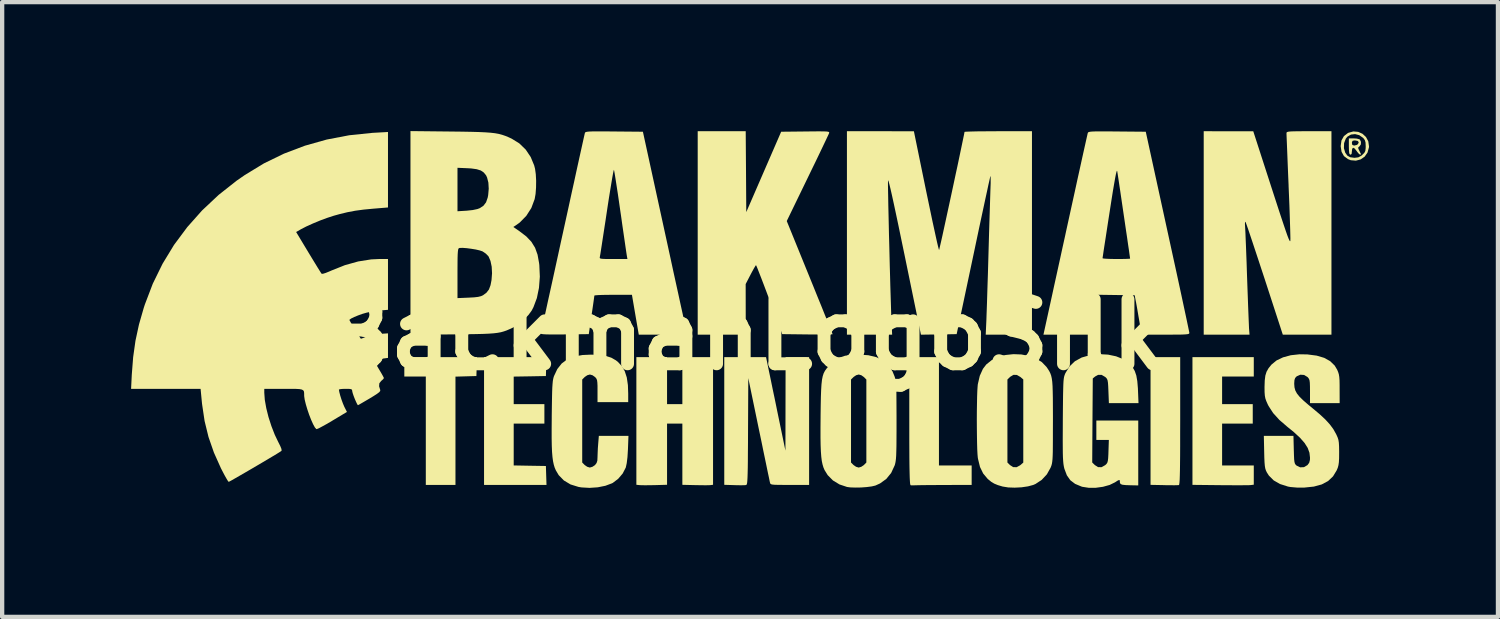
<source format=kicad_pcb>
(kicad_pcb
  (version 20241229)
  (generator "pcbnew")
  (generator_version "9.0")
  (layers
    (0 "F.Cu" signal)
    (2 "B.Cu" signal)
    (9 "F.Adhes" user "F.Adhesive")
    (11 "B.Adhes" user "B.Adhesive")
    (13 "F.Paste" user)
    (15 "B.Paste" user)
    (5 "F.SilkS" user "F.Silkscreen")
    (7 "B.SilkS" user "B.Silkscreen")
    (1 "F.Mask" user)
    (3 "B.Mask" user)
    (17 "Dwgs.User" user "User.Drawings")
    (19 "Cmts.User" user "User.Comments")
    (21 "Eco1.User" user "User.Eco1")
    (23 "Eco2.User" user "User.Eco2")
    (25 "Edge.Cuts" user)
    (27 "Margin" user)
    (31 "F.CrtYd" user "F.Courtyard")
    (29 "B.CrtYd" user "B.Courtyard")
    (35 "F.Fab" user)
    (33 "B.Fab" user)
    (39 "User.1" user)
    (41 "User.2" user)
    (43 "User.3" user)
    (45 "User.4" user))
  (footprint "BackmanLogoSilk"
    (layer "F.Cu")
    (at 14.396 4.094)
    (property "Reference" "BackmanLogoSilk" (at -0.095 0.642 0) (layer "F.SilkS") (effects (font (size 1.5 1.5) (thickness 0.3))))
    (attr board_only exclude_from_pos_files exclude_from_bom)
    (fp_poly (pts (xy -6.355 1.385) (xy -6.362 1.605) (xy -6.606 1.612) (xy -6.849 1.619) (xy -6.849 2.879) (xy -6.849 4.138) (xy -7.194 4.138) (xy -7.539 4.138) (xy -7.539 2.878) (xy -7.539 1.617) (xy -7.789 1.617) (xy -8.039 1.617) (xy -8.039 1.391) (xy -8.039 1.165) (xy -7.193 1.165) (xy -6.348 1.165)) (stroke (width 0) (type solid)) (fill yes) (layer "F.SilkS"))
    (fp_poly (pts (xy 10.013 2.649) (xy 10.012 2.964) (xy 10.012 3.235) (xy 10.011 3.464) (xy 10.009 3.654) (xy 10.007 3.808) (xy 10.004 3.928) (xy 10.001 4.019) (xy 9.996 4.083) (xy 9.991 4.122) (xy 9.985 4.14) (xy 9.983 4.142) (xy 9.949 4.144) (xy 9.877 4.146) (xy 9.778 4.145) (xy 9.661 4.144) (xy 9.638 4.143) (xy 9.323 4.137) (xy 9.323 2.651) (xy 9.323 1.165) (xy 9.668 1.165) (xy 10.013 1.165)) (stroke (width 0) (type solid)) (fill yes) (layer "F.SilkS"))
    (fp_poly (pts (xy -4.738 1.385) (xy -4.745 1.605) (xy -5.119 1.612) (xy -5.494 1.618) (xy -5.494 1.939) (xy -5.494 2.259) (xy -5.137 2.259) (xy -4.78 2.259) (xy -4.78 2.485) (xy -4.78 2.711) (xy -5.137 2.711) (xy -5.494 2.711) (xy -5.494 3.198) (xy -5.494 3.685) (xy -5.119 3.692) (xy -4.745 3.698) (xy -4.738 3.918) (xy -4.731 4.138) (xy -5.457 4.138) (xy -6.184 4.138) (xy -6.184 2.652) (xy -6.184 1.165) (xy -5.457 1.165) (xy -4.731 1.165)) (stroke (width 0) (type solid)) (fill yes) (layer "F.SilkS"))
    (fp_poly (pts (xy 4.4 2.426) (xy 4.4 3.686) (xy 4.78 3.686) (xy 5.161 3.686) (xy 5.161 3.912) (xy 5.161 4.138) (xy 4.501 4.14) (xy 4.327 4.141) (xy 4.168 4.142) (xy 4.03 4.143) (xy 3.919 4.145) (xy 3.842 4.147) (xy 3.806 4.148) (xy 3.805 4.148) (xy 3.753 4.148) (xy 3.74 4.145) (xy 3.734 4.133) (xy 3.728 4.101) (xy 3.724 4.045) (xy 3.72 3.964) (xy 3.717 3.853) (xy 3.714 3.71) (xy 3.712 3.532) (xy 3.711 3.316) (xy 3.71 3.059) (xy 3.71 2.758) (xy 3.71 2.65) (xy 3.71 1.165) (xy 4.055 1.165) (xy 4.4 1.165)) (stroke (width 0) (type solid)) (fill yes) (layer "F.SilkS"))
    (fp_poly (pts (xy 11.725 1.391) (xy 11.725 1.617) (xy 11.356 1.617) (xy 10.988 1.617) (xy 10.988 1.938) (xy 10.988 2.259) (xy 11.344 2.259) (xy 11.701 2.259) (xy 11.701 2.485) (xy 11.701 2.711) (xy 11.344 2.711) (xy 10.988 2.711) (xy 10.988 3.199) (xy 10.988 3.686) (xy 11.356 3.686) (xy 11.725 3.686) (xy 11.725 3.91) (xy 11.725 4.133) (xy 11.66 4.141) (xy 11.619 4.144) (xy 11.538 4.145) (xy 11.423 4.146) (xy 11.281 4.146) (xy 11.12 4.145) (xy 10.946 4.144) (xy 10.298 4.137) (xy 10.298 2.651) (xy 10.298 1.165) (xy 11.011 1.165) (xy 11.725 1.165)) (stroke (width 0) (type solid)) (fill yes) (layer "F.SilkS"))
    (fp_poly (pts (xy -1.926 1.712) (xy -1.926 2.259) (xy -1.748 2.259) (xy -1.57 2.259) (xy -1.57 1.712) (xy -1.57 1.165) (xy -1.213 1.165) (xy -0.856 1.165) (xy -0.856 2.65) (xy -0.856 4.135) (xy -0.91 4.142) (xy -0.953 4.145) (xy -1.033 4.146) (xy -1.139 4.145) (xy -1.258 4.143) (xy -1.266 4.143) (xy -1.57 4.136) (xy -1.57 3.423) (xy -1.57 2.711) (xy -1.748 2.711) (xy -1.926 2.711) (xy -1.926 3.423) (xy -1.926 4.135) (xy -2.206 4.143) (xy -2.325 4.145) (xy -2.433 4.146) (xy -2.518 4.145) (xy -2.563 4.143) (xy -2.64 4.135) (xy -2.64 2.65) (xy -2.64 1.165) (xy -2.283 1.165) (xy -1.926 1.165)) (stroke (width 0) (type solid)) (fill yes) (layer "F.SilkS"))
    (fp_poly (pts (xy 14.124 -3.919) (xy 14.179 -3.904) (xy 14.194 -3.896) (xy 14.219 -3.844) (xy 14.216 -3.784) (xy 14.185 -3.74) (xy 14.182 -3.737) (xy 14.156 -3.716) (xy 14.157 -3.686) (xy 14.175 -3.647) (xy 14.201 -3.594) (xy 14.217 -3.562) (xy 14.217 -3.561) (xy 14.208 -3.545) (xy 14.201 -3.544) (xy 14.173 -3.562) (xy 14.134 -3.608) (xy 14.121 -3.627) (xy 14.072 -3.689) (xy 14.036 -3.707) (xy 14.014 -3.681) (xy 14.008 -3.627) (xy 14.001 -3.564) (xy 13.979 -3.544) (xy 13.953 -3.559) (xy 13.945 -3.589) (xy 13.939 -3.654) (xy 13.937 -3.739) (xy 13.937 -3.75) (xy 13.937 -3.817) (xy 14.008 -3.817) (xy 14.018 -3.772) (xy 14.057 -3.758) (xy 14.065 -3.758) (xy 14.121 -3.771) (xy 14.15 -3.792) (xy 14.167 -3.836) (xy 14.143 -3.865) (xy 14.079 -3.877) (xy 14.078 -3.877) (xy 14.028 -3.87) (xy 14.01 -3.842) (xy 14.008 -3.817) (xy 13.937 -3.817) (xy 13.937 -3.924) (xy 14.051 -3.924)) (stroke (width 0) (type solid)) (fill yes) (layer "F.SilkS"))
    (fp_poly (pts (xy 14.154 -4.076) (xy 14.255 -4.031) (xy 14.336 -3.956) (xy 14.389 -3.856) (xy 14.406 -3.738) (xy 14.404 -3.713) (xy 14.371 -3.594) (xy 14.304 -3.499) (xy 14.211 -3.435) (xy 14.101 -3.406) (xy 13.983 -3.416) (xy 13.916 -3.442) (xy 13.823 -3.512) (xy 13.767 -3.613) (xy 13.754 -3.696) (xy 13.822 -3.696) (xy 13.853 -3.591) (xy 13.902 -3.523) (xy 13.966 -3.486) (xy 14.06 -3.473) (xy 14.073 -3.473) (xy 14.157 -3.483) (xy 14.226 -3.52) (xy 14.251 -3.542) (xy 14.297 -3.588) (xy 14.32 -3.632) (xy 14.328 -3.695) (xy 14.329 -3.743) (xy 14.325 -3.828) (xy 14.309 -3.884) (xy 14.275 -3.93) (xy 14.269 -3.936) (xy 14.179 -3.999) (xy 14.081 -4.024) (xy 13.986 -4.013) (xy 13.904 -3.965) (xy 13.865 -3.917) (xy 13.826 -3.813) (xy 13.822 -3.696) (xy 13.754 -3.696) (xy 13.747 -3.742) (xy 13.747 -3.746) (xy 13.765 -3.876) (xy 13.822 -3.977) (xy 13.915 -4.049) (xy 13.925 -4.054) (xy 14.042 -4.086)) (stroke (width 0) (type solid)) (fill yes) (layer "F.SilkS"))
    (fp_poly (pts (xy 0.406 1.302) (xy 0.417 1.355) (xy 0.436 1.449) (xy 0.463 1.578) (xy 0.496 1.736) (xy 0.533 1.917) (xy 0.575 2.115) (xy 0.618 2.325) (xy 0.631 2.39) (xy 0.828 3.341) (xy 0.83 2.253) (xy 0.832 1.165) (xy 1.106 1.165) (xy 1.379 1.165) (xy 1.379 2.652) (xy 1.379 4.138) (xy 0.93 4.138) (xy 0.774 4.138) (xy 0.658 4.137) (xy 0.578 4.135) (xy 0.525 4.13) (xy 0.494 4.122) (xy 0.478 4.11) (xy 0.471 4.094) (xy 0.469 4.085) (xy 0.461 4.051) (xy 0.446 3.976) (xy 0.422 3.864) (xy 0.392 3.719) (xy 0.356 3.545) (xy 0.315 3.349) (xy 0.271 3.133) (xy 0.223 2.904) (xy 0.21 2.842) (xy -0.036 1.653) (xy -0.042 2.893) (xy -0.043 3.168) (xy -0.045 3.399) (xy -0.046 3.591) (xy -0.048 3.746) (xy -0.051 3.869) (xy -0.054 3.963) (xy -0.058 4.033) (xy -0.062 4.081) (xy -0.068 4.113) (xy -0.075 4.131) (xy -0.083 4.139) (xy -0.089 4.141) (xy -0.13 4.145) (xy -0.206 4.146) (xy -0.304 4.145) (xy -0.363 4.143) (xy -0.595 4.136) (xy -0.595 2.651) (xy -0.595 1.165) (xy -0.109 1.165) (xy 0.377 1.165)) (stroke (width 0) (type solid)) (fill yes) (layer "F.SilkS"))
    (fp_poly (pts (xy -0.089 -3.15) (xy -0.083 -2.209) (xy 0.323 -3.144) (xy 0.729 -4.079) (xy 1.294 -4.085) (xy 1.471 -4.087) (xy 1.607 -4.088) (xy 1.707 -4.087) (xy 1.775 -4.085) (xy 1.817 -4.08) (xy 1.839 -4.073) (xy 1.847 -4.062) (xy 1.845 -4.049) (xy 1.844 -4.046) (xy 1.831 -4.016) (xy 1.799 -3.948) (xy 1.751 -3.846) (xy 1.688 -3.714) (xy 1.613 -3.557) (xy 1.528 -3.38) (xy 1.434 -3.187) (xy 1.344 -3.001) (xy 0.859 -2.001) (xy 1.393 -0.689) (xy 1.489 -0.453) (xy 1.579 -0.23) (xy 1.663 -0.025) (xy 1.737 0.16) (xy 1.802 0.32) (xy 1.855 0.451) (xy 1.894 0.549) (xy 1.918 0.611) (xy 1.926 0.632) (xy 1.904 0.635) (xy 1.84 0.637) (xy 1.741 0.638) (xy 1.614 0.638) (xy 1.465 0.638) (xy 1.34 0.637) (xy 0.754 0.63) (xy 0.455 -0.172) (xy 0.386 -0.357) (xy 0.322 -0.526) (xy 0.265 -0.675) (xy 0.216 -0.8) (xy 0.179 -0.895) (xy 0.154 -0.955) (xy 0.143 -0.975) (xy 0.128 -0.955) (xy 0.096 -0.901) (xy 0.053 -0.823) (xy 0.017 -0.755) (xy -0.097 -0.535) (xy -0.096 0.054) (xy -0.095 0.642) (xy -0.654 0.642) (xy -1.213 0.642) (xy -1.213 -1.724) (xy -1.213 -4.091) (xy -0.654 -4.091) (xy -0.096 -4.091)) (stroke (width 0) (type solid)) (fill yes) (layer "F.SilkS"))
    (fp_poly (pts (xy 13.532 -1.724) (xy 13.532 0.642) (xy 12.966 0.642) (xy 12.4 0.642) (xy 11.976 -0.66) (xy 11.897 -0.899) (xy 11.823 -1.124) (xy 11.754 -1.332) (xy 11.692 -1.519) (xy 11.638 -1.68) (xy 11.594 -1.811) (xy 11.56 -1.908) (xy 11.538 -1.967) (xy 11.531 -1.985) (xy 11.522 -1.976) (xy 11.519 -1.93) (xy 11.523 -1.866) (xy 11.526 -1.812) (xy 11.531 -1.717) (xy 11.536 -1.586) (xy 11.543 -1.424) (xy 11.55 -1.236) (xy 11.558 -1.03) (xy 11.565 -0.81) (xy 11.57 -0.666) (xy 11.578 -0.441) (xy 11.586 -0.227) (xy 11.593 -0.029) (xy 11.6 0.147) (xy 11.606 0.296) (xy 11.611 0.412) (xy 11.614 0.49) (xy 11.616 0.517) (xy 11.626 0.642) (xy 11.093 0.642) (xy 10.56 0.642) (xy 10.56 -1.724) (xy 10.56 -4.091) (xy 11.136 -4.09) (xy 11.713 -4.09) (xy 12.141 -2.768) (xy 12.232 -2.488) (xy 12.309 -2.251) (xy 12.374 -2.054) (xy 12.428 -1.893) (xy 12.471 -1.766) (xy 12.505 -1.669) (xy 12.531 -1.601) (xy 12.551 -1.557) (xy 12.564 -1.535) (xy 12.572 -1.532) (xy 12.576 -1.546) (xy 12.576 -1.553) (xy 12.577 -1.597) (xy 12.575 -1.685) (xy 12.572 -1.809) (xy 12.567 -1.966) (xy 12.561 -2.15) (xy 12.554 -2.356) (xy 12.545 -2.578) (xy 12.535 -2.813) (xy 12.535 -2.83) (xy 12.525 -3.063) (xy 12.516 -3.282) (xy 12.508 -3.483) (xy 12.501 -3.66) (xy 12.495 -3.81) (xy 12.49 -3.927) (xy 12.487 -4.007) (xy 12.486 -4.044) (xy 12.486 -4.046) (xy 12.488 -4.06) (xy 12.499 -4.071) (xy 12.524 -4.079) (xy 12.569 -4.085) (xy 12.64 -4.088) (xy 12.743 -4.09) (xy 12.884 -4.091) (xy 13.009 -4.091) (xy 13.532 -4.091)) (stroke (width 0) (type solid)) (fill yes) (layer "F.SilkS"))
    (fp_poly (pts (xy 6.317 1.103) (xy 6.494 1.137) (xy 6.656 1.196) (xy 6.794 1.281) (xy 6.9 1.391) (xy 6.905 1.397) (xy 6.94 1.449) (xy 6.969 1.496) (xy 6.992 1.543) (xy 7.011 1.596) (xy 7.025 1.659) (xy 7.036 1.738) (xy 7.043 1.837) (xy 7.047 1.961) (xy 7.05 2.116) (xy 7.051 2.306) (xy 7.052 2.537) (xy 7.052 2.652) (xy 7.051 2.89) (xy 7.051 3.085) (xy 7.05 3.242) (xy 7.049 3.367) (xy 7.046 3.465) (xy 7.042 3.539) (xy 7.036 3.596) (xy 7.029 3.641) (xy 7.02 3.677) (xy 7.008 3.711) (xy 6.996 3.74) (xy 6.911 3.892) (xy 6.791 4.021) (xy 6.647 4.116) (xy 6.594 4.139) (xy 6.471 4.172) (xy 6.321 4.194) (xy 6.162 4.202) (xy 6.012 4.197) (xy 5.889 4.177) (xy 5.886 4.177) (xy 5.771 4.143) (xy 5.686 4.108) (xy 5.615 4.065) (xy 5.543 4.006) (xy 5.532 3.996) (xy 5.429 3.873) (xy 5.355 3.721) (xy 5.309 3.533) (xy 5.304 3.504) (xy 5.297 3.427) (xy 5.291 3.311) (xy 5.287 3.163) (xy 5.284 2.992) (xy 5.282 2.807) (xy 5.281 2.615) (xy 5.282 2.424) (xy 5.285 2.244) (xy 5.288 2.081) (xy 5.293 1.944) (xy 5.3 1.841) (xy 5.304 1.798) (xy 5.33 1.686) (xy 5.993 1.686) (xy 5.993 2.652) (xy 5.993 3.617) (xy 6.052 3.676) (xy 6.127 3.724) (xy 6.207 3.726) (xy 6.29 3.681) (xy 6.295 3.676) (xy 6.362 3.619) (xy 6.362 2.652) (xy 6.362 1.684) (xy 6.295 1.627) (xy 6.212 1.579) (xy 6.132 1.578) (xy 6.056 1.624) (xy 6.052 1.628) (xy 5.993 1.686) (xy 5.33 1.686) (xy 5.35 1.6) (xy 5.423 1.438) (xy 5.501 1.336) (xy 5.627 1.235) (xy 5.78 1.161) (xy 5.952 1.115) (xy 6.134 1.096)) (stroke (width 0) (type solid)) (fill yes) (layer "F.SilkS"))
    (fp_poly (pts (xy -3.506 1.114) (xy -3.351 1.137) (xy -3.224 1.178) (xy -3.117 1.239) (xy -3.072 1.274) (xy -2.979 1.373) (xy -2.91 1.493) (xy -2.863 1.638) (xy -2.837 1.816) (xy -2.83 2.014) (xy -2.83 2.212) (xy -3.187 2.212) (xy -3.544 2.212) (xy -3.544 1.949) (xy -3.544 1.833) (xy -3.548 1.754) (xy -3.555 1.702) (xy -3.569 1.667) (xy -3.591 1.639) (xy -3.602 1.628) (xy -3.66 1.587) (xy -3.72 1.57) (xy -3.722 1.57) (xy -3.781 1.586) (xy -3.84 1.626) (xy -3.842 1.628) (xy -3.9 1.686) (xy -3.9 2.652) (xy -3.9 3.617) (xy -3.842 3.676) (xy -3.784 3.716) (xy -3.724 3.734) (xy -3.722 3.734) (xy -3.663 3.717) (xy -3.604 3.678) (xy -3.602 3.676) (xy -3.566 3.629) (xy -3.548 3.573) (xy -3.544 3.489) (xy -3.541 3.398) (xy -3.536 3.285) (xy -3.528 3.179) (xy -3.513 2.997) (xy -3.168 2.997) (xy -2.824 2.997) (xy -2.836 3.312) (xy -2.847 3.491) (xy -2.864 3.631) (xy -2.885 3.728) (xy -2.888 3.737) (xy -2.959 3.874) (xy -3.063 3.996) (xy -3.187 4.09) (xy -3.208 4.101) (xy -3.36 4.158) (xy -3.539 4.194) (xy -3.731 4.207) (xy -3.92 4.196) (xy -3.989 4.184) (xy -4.172 4.127) (xy -4.326 4.035) (xy -4.447 3.911) (xy -4.514 3.798) (xy -4.541 3.735) (xy -4.562 3.665) (xy -4.579 3.585) (xy -4.592 3.488) (xy -4.602 3.37) (xy -4.608 3.226) (xy -4.611 3.05) (xy -4.611 2.838) (xy -4.609 2.584) (xy -4.609 2.538) (xy -4.606 2.315) (xy -4.603 2.134) (xy -4.6 1.989) (xy -4.596 1.876) (xy -4.59 1.789) (xy -4.584 1.723) (xy -4.575 1.672) (xy -4.565 1.631) (xy -4.556 1.605) (xy -4.479 1.442) (xy -4.377 1.313) (xy -4.248 1.217) (xy -4.088 1.151) (xy -3.894 1.116) (xy -3.698 1.107)) (stroke (width 0) (type solid)) (fill yes) (layer "F.SilkS"))
    (fp_poly (pts (xy 2.757 1.121) (xy 2.945 1.166) (xy 3.1 1.242) (xy 3.224 1.352) (xy 3.319 1.496) (xy 3.369 1.618) (xy 3.38 1.655) (xy 3.39 1.697) (xy 3.397 1.748) (xy 3.403 1.813) (xy 3.407 1.897) (xy 3.41 2.006) (xy 3.411 2.145) (xy 3.412 2.319) (xy 3.413 2.532) (xy 3.413 2.652) (xy 3.413 2.887) (xy 3.412 3.079) (xy 3.411 3.234) (xy 3.408 3.357) (xy 3.405 3.453) (xy 3.4 3.526) (xy 3.393 3.584) (xy 3.385 3.629) (xy 3.375 3.668) (xy 3.369 3.686) (xy 3.288 3.86) (xy 3.175 3.999) (xy 3.029 4.104) (xy 2.921 4.153) (xy 2.836 4.173) (xy 2.72 4.188) (xy 2.588 4.198) (xy 2.455 4.2) (xy 2.337 4.196) (xy 2.262 4.186) (xy 2.086 4.127) (xy 1.933 4.034) (xy 1.811 3.91) (xy 1.738 3.792) (xy 1.712 3.73) (xy 1.691 3.66) (xy 1.674 3.579) (xy 1.662 3.481) (xy 1.653 3.361) (xy 1.647 3.214) (xy 1.644 3.035) (xy 1.644 2.818) (xy 1.646 2.56) (xy 1.646 2.538) (xy 1.649 2.295) (xy 1.653 2.094) (xy 1.659 1.93) (xy 1.667 1.798) (xy 1.679 1.693) (xy 1.68 1.686) (xy 2.354 1.686) (xy 2.354 2.652) (xy 2.354 3.617) (xy 2.413 3.676) (xy 2.471 3.716) (xy 2.531 3.734) (xy 2.533 3.734) (xy 2.592 3.717) (xy 2.651 3.678) (xy 2.653 3.676) (xy 2.711 3.617) (xy 2.711 2.652) (xy 2.711 1.686) (xy 2.653 1.628) (xy 2.595 1.587) (xy 2.535 1.57) (xy 2.533 1.57) (xy 2.474 1.586) (xy 2.415 1.626) (xy 2.413 1.628) (xy 2.354 1.686) (xy 1.68 1.686) (xy 1.696 1.608) (xy 1.718 1.54) (xy 1.748 1.483) (xy 1.785 1.431) (xy 1.83 1.379) (xy 1.878 1.331) (xy 1.982 1.239) (xy 2.091 1.175) (xy 2.215 1.133) (xy 2.365 1.112) (xy 2.533 1.106)) (stroke (width 0) (type solid)) (fill yes) (layer "F.SilkS"))
    (fp_poly (pts (xy 8.336 1.107) (xy 8.521 1.146) (xy 8.684 1.211) (xy 8.815 1.3) (xy 8.835 1.319) (xy 8.905 1.399) (xy 8.956 1.488) (xy 8.992 1.593) (xy 9.015 1.725) (xy 9.029 1.893) (xy 9.031 1.944) (xy 9.043 2.236) (xy 8.698 2.236) (xy 8.354 2.236) (xy 8.343 1.959) (xy 8.338 1.839) (xy 8.332 1.758) (xy 8.323 1.705) (xy 8.309 1.67) (xy 8.287 1.643) (xy 8.267 1.626) (xy 8.185 1.578) (xy 8.103 1.578) (xy 8.035 1.615) (xy 7.979 1.661) (xy 7.972 2.638) (xy 7.966 3.616) (xy 8.025 3.675) (xy 8.101 3.724) (xy 8.181 3.726) (xy 8.263 3.681) (xy 8.269 3.677) (xy 8.298 3.65) (xy 8.317 3.621) (xy 8.329 3.58) (xy 8.337 3.517) (xy 8.342 3.423) (xy 8.344 3.356) (xy 8.353 3.092) (xy 8.208 3.092) (xy 8.062 3.092) (xy 8.062 2.866) (xy 8.062 2.64) (xy 8.55 2.64) (xy 9.037 2.64) (xy 9.037 3.395) (xy 9.037 4.15) (xy 8.848 4.146) (xy 8.739 4.142) (xy 8.669 4.134) (xy 8.629 4.119) (xy 8.612 4.094) (xy 8.609 4.065) (xy 8.607 4.032) (xy 8.592 4.023) (xy 8.556 4.039) (xy 8.496 4.078) (xy 8.371 4.139) (xy 8.216 4.182) (xy 8.048 4.205) (xy 7.883 4.205) (xy 7.735 4.182) (xy 7.716 4.176) (xy 7.568 4.114) (xy 7.457 4.03) (xy 7.376 3.915) (xy 7.319 3.764) (xy 7.313 3.741) (xy 7.304 3.698) (xy 7.296 3.646) (xy 7.29 3.581) (xy 7.285 3.498) (xy 7.282 3.393) (xy 7.281 3.26) (xy 7.28 3.095) (xy 7.281 2.892) (xy 7.282 2.647) (xy 7.282 2.623) (xy 7.284 2.383) (xy 7.286 2.185) (xy 7.288 2.025) (xy 7.291 1.899) (xy 7.294 1.8) (xy 7.298 1.725) (xy 7.304 1.668) (xy 7.311 1.625) (xy 7.321 1.591) (xy 7.332 1.561) (xy 7.344 1.534) (xy 7.438 1.381) (xy 7.563 1.261) (xy 7.721 1.174) (xy 7.915 1.119) (xy 7.933 1.116) (xy 8.137 1.096)) (stroke (width 0) (type solid)) (fill yes) (layer "F.SilkS"))
    (fp_poly (pts (xy 6.564 -1.724) (xy 6.564 0.642) (xy 6.026 0.642) (xy 5.488 0.642) (xy 5.504 0.291) (xy 5.507 0.196) (xy 5.512 0.06) (xy 5.518 -0.111) (xy 5.524 -0.311) (xy 5.531 -0.532) (xy 5.539 -0.769) (xy 5.546 -1.015) (xy 5.553 -1.26) (xy 5.56 -1.507) (xy 5.567 -1.75) (xy 5.574 -1.982) (xy 5.581 -2.198) (xy 5.587 -2.39) (xy 5.592 -2.554) (xy 5.596 -2.682) (xy 5.599 -2.769) (xy 5.599 -2.771) (xy 5.603 -2.882) (xy 5.603 -2.971) (xy 5.602 -3.028) (xy 5.598 -3.048) (xy 5.597 -3.047) (xy 5.59 -3.019) (xy 5.574 -2.948) (xy 5.549 -2.837) (xy 5.518 -2.691) (xy 5.479 -2.513) (xy 5.435 -2.307) (xy 5.385 -2.075) (xy 5.331 -1.822) (xy 5.274 -1.552) (xy 5.214 -1.267) (xy 5.198 -1.192) (xy 4.812 0.63) (xy 4.397 0.637) (xy 3.981 0.643) (xy 3.602 -1.2) (xy 3.525 -1.57) (xy 3.458 -1.894) (xy 3.399 -2.173) (xy 3.349 -2.407) (xy 3.307 -2.599) (xy 3.273 -2.748) (xy 3.247 -2.855) (xy 3.229 -2.921) (xy 3.218 -2.948) (xy 3.215 -2.943) (xy 3.214 -2.901) (xy 3.214 -2.818) (xy 3.216 -2.696) (xy 3.219 -2.542) (xy 3.222 -2.359) (xy 3.227 -2.154) (xy 3.232 -1.93) (xy 3.237 -1.693) (xy 3.244 -1.447) (xy 3.25 -1.198) (xy 3.256 -0.95) (xy 3.263 -0.709) (xy 3.269 -0.478) (xy 3.276 -0.263) (xy 3.282 -0.07) (xy 3.287 0.098) (xy 3.292 0.235) (xy 3.296 0.327) (xy 3.311 0.642) (xy 2.785 0.642) (xy 2.259 0.642) (xy 2.259 -1.724) (xy 2.259 -4.091) (xy 3.038 -4.091) (xy 3.817 -4.09) (xy 4.102 -2.7) (xy 4.154 -2.451) (xy 4.203 -2.217) (xy 4.248 -2.001) (xy 4.29 -1.809) (xy 4.326 -1.643) (xy 4.356 -1.508) (xy 4.38 -1.407) (xy 4.396 -1.346) (xy 4.403 -1.327) (xy 4.41 -1.352) (xy 4.425 -1.418) (xy 4.449 -1.521) (xy 4.479 -1.655) (xy 4.514 -1.816) (xy 4.554 -1.999) (xy 4.597 -2.198) (xy 4.643 -2.409) (xy 4.69 -2.627) (xy 4.737 -2.846) (xy 4.783 -3.062) (xy 4.828 -3.27) (xy 4.869 -3.464) (xy 4.906 -3.641) (xy 4.938 -3.794) (xy 4.964 -3.919) (xy 4.983 -4.01) (xy 4.993 -4.064) (xy 4.994 -4.075) (xy 5.017 -4.079) (xy 5.082 -4.082) (xy 5.183 -4.085) (xy 5.316 -4.088) (xy 5.473 -4.089) (xy 5.651 -4.09) (xy 5.779 -4.091) (xy 6.564 -4.091)) (stroke (width 0) (type solid)) (fill yes) (layer "F.SilkS"))
    (fp_poly (pts (xy 12.972 1.102) (xy 13.188 1.13) (xy 13.364 1.182) (xy 13.502 1.259) (xy 13.607 1.361) (xy 13.665 1.458) (xy 13.688 1.513) (xy 13.704 1.565) (xy 13.714 1.626) (xy 13.72 1.707) (xy 13.722 1.817) (xy 13.722 1.909) (xy 13.723 2.236) (xy 13.378 2.236) (xy 13.033 2.236) (xy 13.033 1.961) (xy 13.032 1.842) (xy 13.029 1.761) (xy 13.022 1.707) (xy 13.009 1.671) (xy 12.989 1.643) (xy 12.975 1.628) (xy 12.896 1.58) (xy 12.809 1.574) (xy 12.725 1.611) (xy 12.721 1.614) (xy 12.688 1.65) (xy 12.671 1.699) (xy 12.666 1.776) (xy 12.666 1.79) (xy 12.672 1.868) (xy 12.691 1.94) (xy 12.729 2.011) (xy 12.79 2.087) (xy 12.879 2.174) (xy 12.999 2.278) (xy 13.092 2.354) (xy 13.259 2.494) (xy 13.391 2.617) (xy 13.494 2.73) (xy 13.575 2.839) (xy 13.639 2.953) (xy 13.649 2.973) (xy 13.676 3.034) (xy 13.694 3.09) (xy 13.704 3.154) (xy 13.709 3.238) (xy 13.711 3.355) (xy 13.711 3.389) (xy 13.71 3.517) (xy 13.705 3.61) (xy 13.695 3.68) (xy 13.679 3.739) (xy 13.654 3.799) (xy 13.569 3.939) (xy 13.454 4.048) (xy 13.306 4.127) (xy 13.123 4.177) (xy 12.903 4.2) (xy 12.902 4.2) (xy 12.728 4.2) (xy 12.578 4.187) (xy 12.519 4.176) (xy 12.334 4.117) (xy 12.188 4.033) (xy 12.077 3.922) (xy 12.027 3.844) (xy 12.007 3.801) (xy 11.992 3.754) (xy 11.982 3.695) (xy 11.975 3.614) (xy 11.97 3.502) (xy 11.967 3.371) (xy 11.959 2.997) (xy 12.303 2.997) (xy 12.648 2.997) (xy 12.656 3.32) (xy 12.66 3.45) (xy 12.664 3.542) (xy 12.671 3.602) (xy 12.682 3.642) (xy 12.698 3.667) (xy 12.72 3.688) (xy 12.72 3.688) (xy 12.804 3.729) (xy 12.892 3.725) (xy 12.971 3.679) (xy 12.975 3.676) (xy 13.014 3.623) (xy 13.031 3.558) (xy 13.033 3.503) (xy 13.02 3.389) (xy 12.979 3.277) (xy 12.907 3.163) (xy 12.8 3.041) (xy 12.657 2.909) (xy 12.509 2.789) (xy 12.32 2.626) (xy 12.175 2.466) (xy 12.069 2.302) (xy 12.05 2.265) (xy 12.016 2.188) (xy 11.994 2.125) (xy 11.982 2.06) (xy 11.976 1.978) (xy 11.975 1.864) (xy 11.975 1.855) (xy 11.98 1.708) (xy 11.994 1.595) (xy 12.022 1.505) (xy 12.068 1.424) (xy 12.136 1.34) (xy 12.139 1.337) (xy 12.255 1.242) (xy 12.406 1.17) (xy 12.586 1.121) (xy 12.788 1.099)) (stroke (width 0) (type solid)) (fill yes) (layer "F.SilkS"))
    (fp_poly (pts (xy -6.962 -4.084) (xy -6.702 -4.081) (xy -6.485 -4.077) (xy -6.304 -4.072) (xy -6.154 -4.065) (xy -6.03 -4.056) (xy -5.927 -4.044) (xy -5.839 -4.028) (xy -5.761 -4.007) (xy -5.688 -3.982) (xy -5.613 -3.951) (xy -5.542 -3.918) (xy -5.365 -3.809) (xy -5.215 -3.664) (xy -5.098 -3.49) (xy -5.017 -3.294) (xy -4.997 -3.215) (xy -4.98 -3.09) (xy -4.972 -2.939) (xy -4.974 -2.781) (xy -4.985 -2.633) (xy -5.006 -2.514) (xy -5.007 -2.51) (xy -5.084 -2.304) (xy -5.201 -2.122) (xy -5.353 -1.967) (xy -5.445 -1.901) (xy -5.503 -1.863) (xy -5.362 -1.766) (xy -5.202 -1.644) (xy -5.083 -1.519) (xy -4.997 -1.38) (xy -4.939 -1.219) (xy -4.904 -1.025) (xy -4.898 -0.977) (xy -4.886 -0.706) (xy -4.906 -0.447) (xy -4.955 -0.209) (xy -5.034 0.002) (xy -5.077 0.084) (xy -5.151 0.185) (xy -5.255 0.291) (xy -5.372 0.389) (xy -5.489 0.466) (xy -5.524 0.484) (xy -5.596 0.517) (xy -5.661 0.545) (xy -5.725 0.567) (xy -5.793 0.586) (xy -5.871 0.6) (xy -5.962 0.611) (xy -6.074 0.619) (xy -6.21 0.625) (xy -6.376 0.629) (xy -6.577 0.632) (xy -6.819 0.635) (xy -6.915 0.636) (xy -7.896 0.645) (xy -7.896 -0.783) (xy -6.802 -0.783) (xy -6.802 -0.208) (xy -6.544 -0.219) (xy -6.413 -0.226) (xy -6.32 -0.237) (xy -6.253 -0.254) (xy -6.207 -0.275) (xy -6.127 -0.335) (xy -6.07 -0.409) (xy -6.033 -0.509) (xy -6.01 -0.628) (xy -5.998 -0.786) (xy -6.006 -0.939) (xy -6.034 -1.072) (xy -6.078 -1.175) (xy -6.086 -1.185) (xy -6.141 -1.242) (xy -6.213 -1.291) (xy -6.224 -1.297) (xy -6.287 -1.318) (xy -6.377 -1.339) (xy -6.482 -1.356) (xy -6.588 -1.37) (xy -6.681 -1.377) (xy -6.747 -1.375) (xy -6.765 -1.371) (xy -6.777 -1.362) (xy -6.786 -1.339) (xy -6.792 -1.298) (xy -6.797 -1.232) (xy -6.8 -1.137) (xy -6.801 -1.008) (xy -6.802 -0.837) (xy -6.802 -0.783) (xy -7.896 -0.783) (xy -7.896 -1.725) (xy -7.896 -2.734) (xy -6.802 -2.734) (xy -6.802 -2.229) (xy -6.587 -2.242) (xy -6.448 -2.257) (xy -6.339 -2.28) (xy -6.285 -2.3) (xy -6.197 -2.358) (xy -6.137 -2.437) (xy -6.099 -2.547) (xy -6.088 -2.604) (xy -6.075 -2.753) (xy -6.083 -2.894) (xy -6.113 -3.013) (xy -6.137 -3.065) (xy -6.19 -3.13) (xy -6.259 -3.177) (xy -6.354 -3.207) (xy -6.483 -3.225) (xy -6.57 -3.23) (xy -6.802 -3.24) (xy -6.802 -2.734) (xy -7.896 -2.734) (xy -7.896 -4.094)) (stroke (width 0) (type solid)) (fill yes) (layer "F.SilkS"))
    (fp_poly (pts (xy -3.436 -4.087) (xy -3.262 -4.086) (xy -3.157 -4.085) (xy -2.488 -4.079) (xy -1.982 -1.76) (xy -1.911 -1.435) (xy -1.843 -1.123) (xy -1.779 -0.826) (xy -1.718 -0.549) (xy -1.662 -0.294) (xy -1.612 -0.064) (xy -1.568 0.136) (xy -1.531 0.305) (xy -1.502 0.439) (xy -1.481 0.535) (xy -1.469 0.589) (xy -1.466 0.601) (xy -1.465 0.614) (xy -1.475 0.624) (xy -1.5 0.631) (xy -1.546 0.636) (xy -1.619 0.639) (xy -1.724 0.641) (xy -1.866 0.642) (xy -2.02 0.642) (xy -2.584 0.642) (xy -2.664 0.178) (xy -2.743 -0.285) (xy -3.179 -0.285) (xy -3.317 -0.284) (xy -3.438 -0.282) (xy -3.533 -0.278) (xy -3.595 -0.273) (xy -3.617 -0.268) (xy -3.621 -0.239) (xy -3.63 -0.172) (xy -3.644 -0.073) (xy -3.662 0.051) (xy -3.683 0.19) (xy -3.683 0.19) (xy -3.747 0.63) (xy -4.311 0.637) (xy -4.495 0.638) (xy -4.636 0.638) (xy -4.739 0.636) (xy -4.808 0.632) (xy -4.848 0.626) (xy -4.864 0.618) (xy -4.864 0.613) (xy -4.857 0.586) (xy -4.842 0.516) (xy -4.817 0.405) (xy -4.784 0.258) (xy -4.744 0.077) (xy -4.698 -0.135) (xy -4.645 -0.374) (xy -4.587 -0.637) (xy -4.525 -0.921) (xy -4.475 -1.15) (xy -3.493 -1.15) (xy -3.487 -1.135) (xy -3.466 -1.126) (xy -3.421 -1.121) (xy -3.346 -1.118) (xy -3.234 -1.118) (xy -3.175 -1.118) (xy -2.848 -1.118) (xy -2.86 -1.183) (xy -2.866 -1.22) (xy -2.878 -1.299) (xy -2.895 -1.415) (xy -2.916 -1.561) (xy -2.941 -1.733) (xy -2.969 -1.925) (xy -2.998 -2.132) (xy -3.01 -2.212) (xy -3.04 -2.42) (xy -3.068 -2.614) (xy -3.095 -2.789) (xy -3.118 -2.938) (xy -3.137 -3.058) (xy -3.151 -3.142) (xy -3.16 -3.187) (xy -3.162 -3.193) (xy -3.169 -3.174) (xy -3.182 -3.113) (xy -3.2 -3.014) (xy -3.222 -2.882) (xy -3.248 -2.723) (xy -3.278 -2.539) (xy -3.309 -2.338) (xy -3.327 -2.218) (xy -3.359 -2.004) (xy -3.39 -1.804) (xy -3.418 -1.622) (xy -3.442 -1.464) (xy -3.462 -1.335) (xy -3.477 -1.239) (xy -3.487 -1.183) (xy -3.489 -1.171) (xy -3.493 -1.15) (xy -4.475 -1.15) (xy -4.459 -1.223) (xy -4.39 -1.54) (xy -4.352 -1.712) (xy -4.281 -2.036) (xy -4.213 -2.346) (xy -4.149 -2.641) (xy -4.088 -2.916) (xy -4.033 -3.17) (xy -3.983 -3.397) (xy -3.939 -3.596) (xy -3.902 -3.763) (xy -3.873 -3.895) (xy -3.852 -3.988) (xy -3.84 -4.04) (xy -3.838 -4.049) (xy -3.832 -4.062) (xy -3.817 -4.071) (xy -3.789 -4.078) (xy -3.742 -4.083) (xy -3.671 -4.086) (xy -3.571 -4.087)) (stroke (width 0) (type solid)) (fill yes) (layer "F.SilkS"))
    (fp_poly (pts (xy 8.265 -4.087) (xy 8.44 -4.086) (xy 8.544 -4.085) (xy 9.212 -4.079) (xy 9.718 -1.76) (xy 9.789 -1.435) (xy 9.857 -1.123) (xy 9.922 -0.826) (xy 9.982 -0.549) (xy 10.037 -0.294) (xy 10.086 -0.065) (xy 10.129 0.136) (xy 10.165 0.305) (xy 10.193 0.439) (xy 10.213 0.535) (xy 10.224 0.589) (xy 10.226 0.601) (xy 10.223 0.614) (xy 10.21 0.624) (xy 10.182 0.631) (xy 10.133 0.636) (xy 10.057 0.64) (xy 9.948 0.641) (xy 9.802 0.642) (xy 9.671 0.642) (xy 9.116 0.642) (xy 9.062 0.327) (xy 9.039 0.195) (xy 9.017 0.065) (xy 8.997 -0.048) (xy 8.982 -0.129) (xy 8.981 -0.131) (xy 8.954 -0.274) (xy 8.522 -0.28) (xy 8.09 -0.286) (xy 8.077 -0.221) (xy 8.069 -0.174) (xy 8.056 -0.09) (xy 8.04 0.019) (xy 8.022 0.145) (xy 8.015 0.19) (xy 7.997 0.317) (xy 7.98 0.431) (xy 7.966 0.521) (xy 7.956 0.578) (xy 7.954 0.589) (xy 7.943 0.642) (xy 7.387 0.642) (xy 6.831 0.642) (xy 6.851 0.553) (xy 6.859 0.517) (xy 6.876 0.439) (xy 6.902 0.32) (xy 6.936 0.165) (xy 6.977 -0.023) (xy 7.025 -0.241) (xy 7.078 -0.485) (xy 7.137 -0.753) (xy 7.2 -1.04) (xy 7.221 -1.136) (xy 8.206 -1.136) (xy 8.228 -1.129) (xy 8.289 -1.124) (xy 8.38 -1.12) (xy 8.493 -1.118) (xy 8.526 -1.118) (xy 8.643 -1.118) (xy 8.742 -1.12) (xy 8.812 -1.123) (xy 8.845 -1.126) (xy 8.847 -1.127) (xy 8.844 -1.154) (xy 8.834 -1.222) (xy 8.82 -1.325) (xy 8.8 -1.457) (xy 8.778 -1.613) (xy 8.752 -1.786) (xy 8.725 -1.97) (xy 8.697 -2.16) (xy 8.669 -2.35) (xy 8.642 -2.533) (xy 8.617 -2.704) (xy 8.594 -2.856) (xy 8.575 -2.985) (xy 8.56 -3.083) (xy 8.55 -3.145) (xy 8.547 -3.163) (xy 8.541 -3.171) (xy 8.531 -3.147) (xy 8.517 -3.091) (xy 8.499 -2.998) (xy 8.476 -2.867) (xy 8.447 -2.697) (xy 8.413 -2.483) (xy 8.373 -2.225) (xy 8.369 -2.2) (xy 8.335 -1.982) (xy 8.304 -1.779) (xy 8.276 -1.596) (xy 8.251 -1.436) (xy 8.231 -1.306) (xy 8.217 -1.209) (xy 8.208 -1.151) (xy 8.206 -1.136) (xy 7.221 -1.136) (xy 7.266 -1.343) (xy 7.336 -1.66) (xy 7.36 -1.772) (xy 7.43 -2.091) (xy 7.497 -2.397) (xy 7.561 -2.687) (xy 7.62 -2.959) (xy 7.675 -3.207) (xy 7.724 -3.43) (xy 7.767 -3.624) (xy 7.803 -3.785) (xy 7.831 -3.911) (xy 7.851 -3.999) (xy 7.861 -4.044) (xy 7.863 -4.049) (xy 7.869 -4.062) (xy 7.884 -4.071) (xy 7.912 -4.078) (xy 7.959 -4.083) (xy 8.03 -4.086) (xy 8.131 -4.087)) (stroke (width 0) (type solid)) (fill yes) (layer "F.SilkS"))
    (fp_poly (pts (xy -8.419 -3.195) (xy -8.419 -2.317) (xy -8.77 -2.288) (xy -8.99 -2.267) (xy -9.181 -2.241) (xy -9.361 -2.207) (xy -9.546 -2.162) (xy -9.676 -2.126) (xy -9.827 -2.077) (xy -9.995 -2.015) (xy -10.164 -1.945) (xy -10.319 -1.875) (xy -10.443 -1.811) (xy -10.556 -1.746) (xy -10.27 -1.271) (xy -10.188 -1.136) (xy -10.113 -1.013) (xy -10.05 -0.91) (xy -10.001 -0.832) (xy -9.971 -0.785) (xy -9.964 -0.775) (xy -9.933 -0.774) (xy -9.868 -0.794) (xy -9.777 -0.831) (xy -9.734 -0.85) (xy -9.423 -0.974) (xy -9.112 -1.061) (xy -8.809 -1.109) (xy -8.619 -1.118) (xy -8.419 -1.118) (xy -8.419 -0.527) (xy -8.419 0.064) (xy -8.599 0.08) (xy -8.714 0.093) (xy -8.833 0.112) (xy -8.922 0.132) (xy -9.019 0.16) (xy -9.115 0.195) (xy -9.203 0.231) (xy -9.271 0.264) (xy -9.311 0.291) (xy -9.316 0.303) (xy -9.287 0.356) (xy -9.244 0.428) (xy -9.194 0.51) (xy -9.143 0.592) (xy -9.098 0.664) (xy -9.065 0.716) (xy -9.049 0.737) (xy -9.049 0.737) (xy -9.023 0.729) (xy -8.967 0.708) (xy -8.913 0.687) (xy -8.823 0.66) (xy -8.71 0.637) (xy -8.603 0.624) (xy -8.419 0.612) (xy -8.419 0.897) (xy -8.419 1.183) (xy -8.538 1.199) (xy -8.64 1.215) (xy -8.701 1.233) (xy -8.726 1.253) (xy -8.728 1.262) (xy -8.717 1.291) (xy -8.686 1.349) (xy -8.641 1.426) (xy -8.621 1.459) (xy -8.573 1.54) (xy -8.536 1.606) (xy -8.516 1.646) (xy -8.514 1.652) (xy -8.531 1.678) (xy -8.572 1.715) (xy -8.576 1.718) (xy -8.62 1.773) (xy -8.626 1.843) (xy -8.599 1.93) (xy -8.6 1.952) (xy -8.622 1.98) (xy -8.672 2.018) (xy -8.754 2.071) (xy -8.846 2.127) (xy -8.945 2.185) (xy -9.029 2.234) (xy -9.088 2.268) (xy -9.117 2.283) (xy -9.118 2.283) (xy -9.134 2.263) (xy -9.159 2.211) (xy -9.19 2.141) (xy -9.219 2.066) (xy -9.241 2) (xy -9.251 1.957) (xy -9.251 1.953) (xy -9.256 1.926) (xy -9.275 1.911) (xy -9.321 1.904) (xy -9.403 1.903) (xy -9.406 1.903) (xy -9.485 1.905) (xy -9.54 1.912) (xy -9.561 1.921) (xy -9.552 1.975) (xy -9.531 2.057) (xy -9.501 2.152) (xy -9.467 2.245) (xy -9.435 2.32) (xy -9.432 2.326) (xy -9.374 2.44) (xy -9.719 2.647) (xy -9.834 2.715) (xy -9.936 2.771) (xy -10.016 2.814) (xy -10.069 2.837) (xy -10.086 2.84) (xy -10.12 2.801) (xy -10.161 2.726) (xy -10.207 2.624) (xy -10.253 2.506) (xy -10.295 2.382) (xy -10.331 2.261) (xy -10.357 2.154) (xy -10.369 2.07) (xy -10.369 2.056) (xy -10.37 2.004) (xy -10.374 1.966) (xy -10.39 1.938) (xy -10.422 1.92) (xy -10.477 1.909) (xy -10.561 1.904) (xy -10.681 1.903) (xy -10.841 1.903) (xy -10.847 1.903) (xy -11.297 1.903) (xy -11.297 1.995) (xy -11.285 2.16) (xy -11.251 2.352) (xy -11.199 2.56) (xy -11.131 2.771) (xy -11.053 2.971) (xy -10.976 3.132) (xy -10.925 3.234) (xy -10.898 3.301) (xy -10.894 3.339) (xy -10.901 3.349) (xy -10.934 3.371) (xy -11 3.412) (xy -11.093 3.468) (xy -11.207 3.536) (xy -11.335 3.612) (xy -11.471 3.692) (xy -11.609 3.773) (xy -11.743 3.851) (xy -11.866 3.922) (xy -11.972 3.983) (xy -12.054 4.03) (xy -12.108 4.059) (xy -12.125 4.067) (xy -12.143 4.047) (xy -12.177 3.991) (xy -12.224 3.908) (xy -12.278 3.804) (xy -12.305 3.752) (xy -12.469 3.386) (xy -12.595 3.023) (xy -12.686 2.651) (xy -12.745 2.254) (xy -12.751 2.194) (xy -12.779 1.903) (xy -13.588 1.903) (xy -14.396 1.903) (xy -14.38 1.576) (xy -14.348 1.166) (xy -14.294 0.783) (xy -14.213 0.407) (xy -14.102 0.021) (xy -14.076 -0.059) (xy -13.891 -0.544) (xy -13.664 -1.007) (xy -13.397 -1.446) (xy -13.089 -1.86) (xy -12.744 -2.248) (xy -12.361 -2.608) (xy -11.942 -2.939) (xy -11.75 -3.072) (xy -11.306 -3.342) (xy -10.84 -3.569) (xy -10.352 -3.754) (xy -9.845 -3.897) (xy -9.321 -3.997) (xy -8.78 -4.053) (xy -8.722 -4.056) (xy -8.419 -4.073)) (stroke (width 0) (type solid)) (fill yes) (layer "F.SilkS")))
  (gr_rect
    (start -3 -3)
    (end 31.802 11.302)
    (stroke (width 0.1) (type default))
    (fill no)
    (layer "Edge.Cuts")))
</source>
